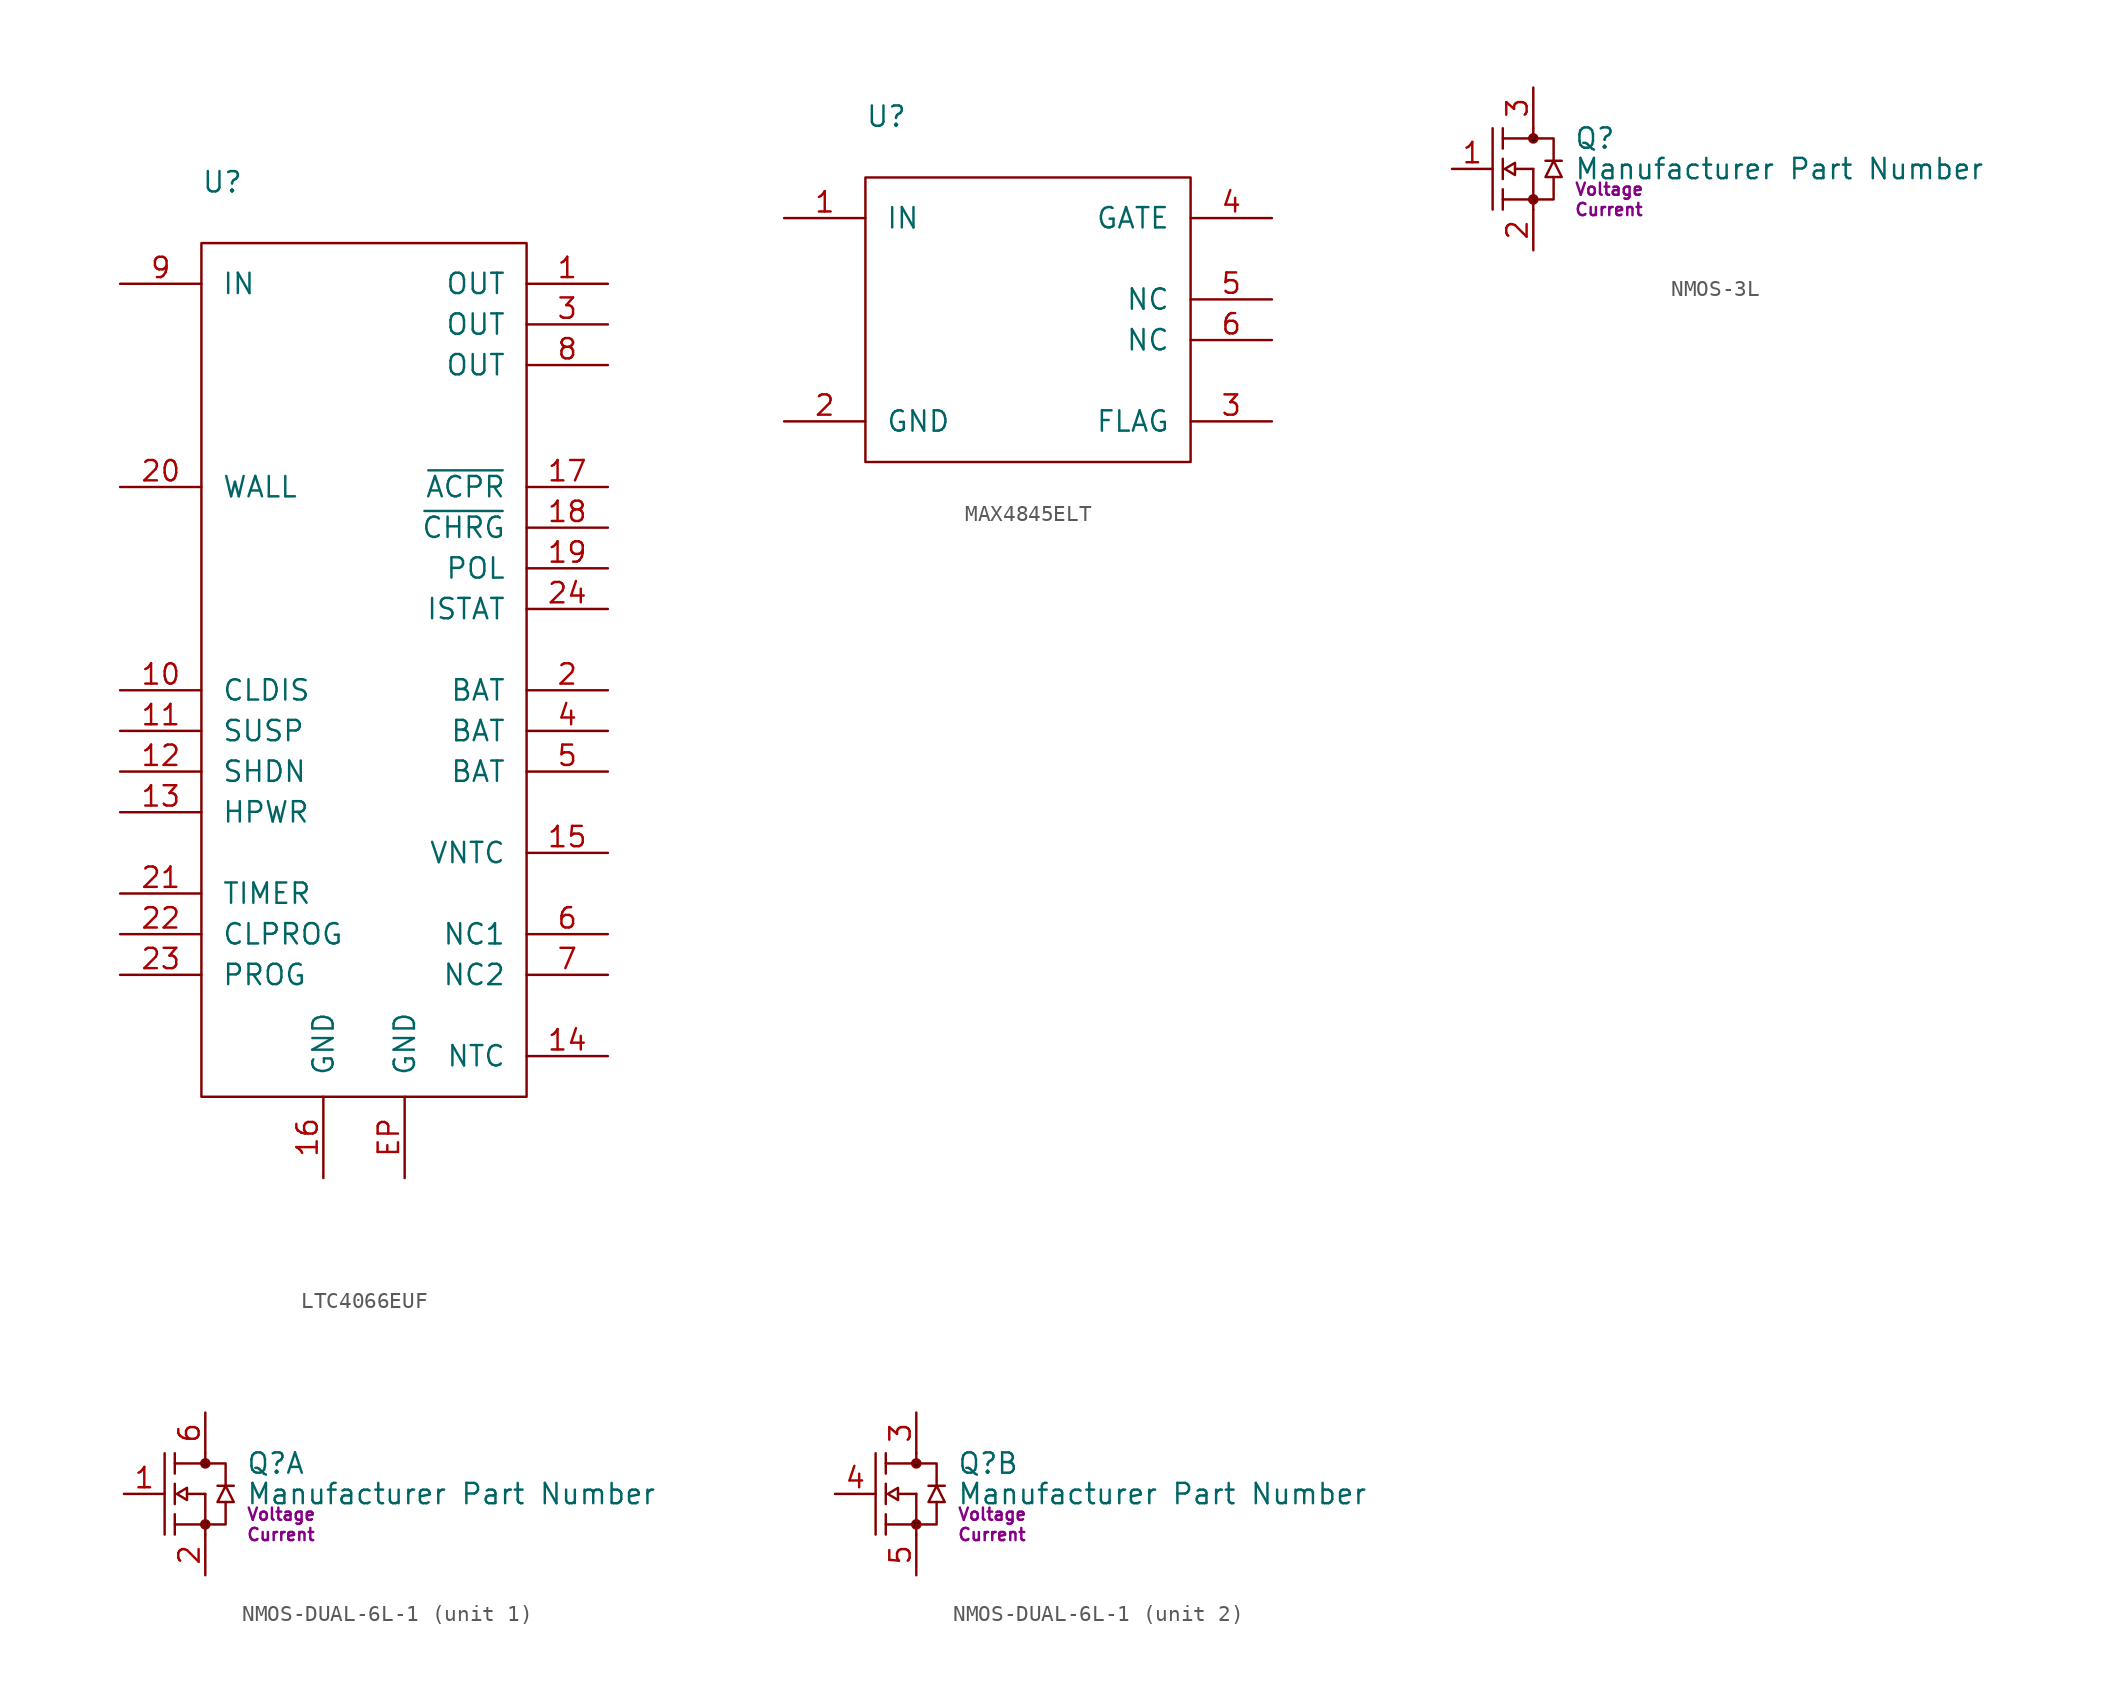
<source format=kicad_sym>
(kicad_symbol_lib
  (version 20231120)
  (generator "kicad_symbol_editor")
  (generator_version "8.0")
  (symbol "LTC4066EUF"
    (pin_names
      (offset 1.27))
    (property "Reference" "U"
      (at 0 3.81 0)
      (effects (font (size 1.27 1.27)) (justify left)))
    (property "Value" "${Manufacturer Part Number}"
      (at 0 1.27 0)
      (effects (font (size 1.27 1.27)) (justify left)))
    (property "Manufacturer Part Number" ""
      (at 45.72 -2.54 0)
      (effects (font (size 1.27 1.27)) (justify left) (hide yes)))
    (symbol "LTC4066EUF_1_1"
      (rectangle (start 0 0) (end 20.32 -53.34) (stroke (width 0) (type default)) (fill (type none)))
      (pin power_out line (at 25.4 -2.54 180) (length 5.08) (name "OUT" (effects (font (size 1.27 1.27)))) (number "1" (effects (font (size 1.27 1.27)))))
      (pin input line (at -5.08 -27.94 0) (length 5.08) (name "CLDIS" (effects (font (size 1.27 1.27)))) (number "10" (effects (font (size 1.27 1.27)))))
      (pin input line (at -5.08 -30.48 0) (length 5.08) (name "SUSP" (effects (font (size 1.27 1.27)))) (number "11" (effects (font (size 1.27 1.27)))))
      (pin input line (at -5.08 -33.02 0) (length 5.08) (name "SHDN" (effects (font (size 1.27 1.27)))) (number "12" (effects (font (size 1.27 1.27)))))
      (pin input line (at -5.08 -35.56 0) (length 5.08) (name "HPWR" (effects (font (size 1.27 1.27)))) (number "13" (effects (font (size 1.27 1.27)))))
      (pin input line (at 25.4 -50.8 180) (length 5.08) (name "NTC" (effects (font (size 1.27 1.27)))) (number "14" (effects (font (size 1.27 1.27)))))
      (pin power_out line (at 25.4 -38.1 180) (length 5.08) (name "VNTC" (effects (font (size 1.27 1.27)))) (number "15" (effects (font (size 1.27 1.27)))))
      (pin power_in line (at 7.62 -58.42 90) (length 5.08) (name "GND" (effects (font (size 1.27 1.27)))) (number "16" (effects (font (size 1.27 1.27)))))
      (pin open_collector line (at 25.4 -15.24 180) (length 5.08) (name "~{ACPR}" (effects (font (size 1.27 1.27)))) (number "17" (effects (font (size 1.27 1.27)))))
      (pin open_collector line (at 25.4 -17.78 180) (length 5.08) (name "~{CHRG}" (effects (font (size 1.27 1.27)))) (number "18" (effects (font (size 1.27 1.27)))))
      (pin open_collector line (at 25.4 -20.32 180) (length 5.08) (name "POL" (effects (font (size 1.27 1.27)))) (number "19" (effects (font (size 1.27 1.27)))))
      (pin bidirectional line (at 25.4 -27.94 180) (length 5.08) (name "BAT" (effects (font (size 1.27 1.27)))) (number "2" (effects (font (size 1.27 1.27)))))
      (pin input line (at -5.08 -15.24 0) (length 5.08) (name "WALL" (effects (font (size 1.27 1.27)))) (number "20" (effects (font (size 1.27 1.27)))))
      (pin passive line (at -5.08 -40.64 0) (length 5.08) (name "TIMER" (effects (font (size 1.27 1.27)))) (number "21" (effects (font (size 1.27 1.27)))))
      (pin passive line (at -5.08 -43.18 0) (length 5.08) (name "CLPROG" (effects (font (size 1.27 1.27)))) (number "22" (effects (font (size 1.27 1.27)))))
      (pin passive line (at -5.08 -45.72 0) (length 5.08) (name "PROG" (effects (font (size 1.27 1.27)))) (number "23" (effects (font (size 1.27 1.27)))))
      (pin output line (at 25.4 -22.86 180) (length 5.08) (name "ISTAT" (effects (font (size 1.27 1.27)))) (number "24" (effects (font (size 1.27 1.27)))))
      (pin power_out line (at 25.4 -5.08 180) (length 5.08) (name "OUT" (effects (font (size 1.27 1.27)))) (number "3" (effects (font (size 1.27 1.27)))))
      (pin bidirectional line (at 25.4 -30.48 180) (length 5.08) (name "BAT" (effects (font (size 1.27 1.27)))) (number "4" (effects (font (size 1.27 1.27)))))
      (pin bidirectional line (at 25.4 -33.02 180) (length 5.08) (name "BAT" (effects (font (size 1.27 1.27)))) (number "5" (effects (font (size 1.27 1.27)))))
      (pin passive line (at 25.4 -43.18 180) (length 5.08) (name "NC1" (effects (font (size 1.27 1.27)))) (number "6" (effects (font (size 1.27 1.27)))))
      (pin passive line (at 25.4 -45.72 180) (length 5.08) (name "NC2" (effects (font (size 1.27 1.27)))) (number "7" (effects (font (size 1.27 1.27)))))
      (pin power_out line (at 25.4 -7.62 180) (length 5.08) (name "OUT" (effects (font (size 1.27 1.27)))) (number "8" (effects (font (size 1.27 1.27)))))
      (pin power_in line (at -5.08 -2.54 0) (length 5.08) (name "IN" (effects (font (size 1.27 1.27)))) (number "9" (effects (font (size 1.27 1.27)))))
      (pin power_in line (at 12.7 -58.42 90) (length 5.08) (name "GND" (effects (font (size 1.27 1.27)))) (number "EP" (effects (font (size 1.27 1.27)))))))
  (symbol "MAX4845ELT"
    (pin_names
      (offset 1.27))
    (property "Reference" "U"
      (at 0 3.81 0)
      (effects (font (size 1.27 1.27)) (justify left)))
    (property "Value" "${Manufacturer Part Number}"
      (at 0 1.27 0)
      (effects (font (size 1.27 1.27)) (justify left)))
    (property "Manufacturer Part Number" ""
      (at 45.72 -2.54 0)
      (effects (font (size 1.27 1.27)) (justify left) (hide yes)))
    (symbol "MAX4845ELT_1_1"
      (rectangle (start 0 0) (end 20.32 -17.78) (stroke (width 0) (type default)) (fill (type none)))
      (pin power_in line (at -5.08 -2.54 0) (length 5.08) (name "IN" (effects (font (size 1.27 1.27)))) (number "1" (effects (font (size 1.27 1.27)))))
      (pin power_in line (at -5.08 -15.24 0) (length 5.08) (name "GND" (effects (font (size 1.27 1.27)))) (number "2" (effects (font (size 1.27 1.27)))))
      (pin open_collector line (at 25.4 -15.24 180) (length 5.08) (name "FLAG" (effects (font (size 1.27 1.27)))) (number "3" (effects (font (size 1.27 1.27)))))
      (pin passive line (at 25.4 -2.54 180) (length 5.08) (name "GATE" (effects (font (size 1.27 1.27)))) (number "4" (effects (font (size 1.27 1.27)))))
      (pin passive line (at 25.4 -7.62 180) (length 5.08) (name "NC" (effects (font (size 1.27 1.27)))) (number "5" (effects (font (size 1.27 1.27)))))
      (pin passive line (at 25.4 -10.16 180) (length 5.08) (name "NC" (effects (font (size 1.27 1.27)))) (number "6" (effects (font (size 1.27 1.27)))))))
  (symbol "NMOS-3L"
    (pin_names
      (offset 0) hide)
    (property "Reference" "Q"
      (at 2.54 -3.175 0)
      (effects (font (size 1.27 1.27)) (justify left)))
    (property "Value" "Manufacturer Part Number"
      (at 2.54 -5.08 0)
      (effects (font (size 1.27 1.27)) (justify left)))
    (property "Voltage" "Voltage"
      (at 2.54 -6.35 0)
      (effects (font (size 0.762 0.762)) (justify left)))
    (property "Current" "Current"
      (at 2.54 -7.62 0)
      (effects (font (size 0.762 0.762)) (justify left)))
    (symbol "NMOS-3L_0_1"
      (polyline (pts (xy -2.54 -2.54) (xy -2.54 -7.62)) (stroke (width 0) (type default)) (fill (type none)))
      (polyline (pts (xy -1.905 -6.35) (xy -1.905 -7.62)) (stroke (width 0) (type default)) (fill (type none)))
      (polyline (pts (xy -1.905 -4.445) (xy -1.905 -5.715)) (stroke (width 0) (type default)) (fill (type none)))
      (polyline (pts (xy -1.905 -2.54) (xy -1.905 -3.81)) (stroke (width 0) (type default)) (fill (type none)))
      (polyline (pts (xy -1.143 -5.08) (xy 0 -5.08)) (stroke (width 0) (type default)) (fill (type none)))
      (polyline (pts (xy 0 -5.08) (xy 0 -6.985)) (stroke (width 0) (type default)) (fill (type none)))
      (polyline (pts (xy 0.762 -4.572) (xy 1.778 -4.572)) (stroke (width 0) (type default)) (fill (type none)))
      (polyline (pts (xy -1.905 -6.985) (xy 0 -6.985) (xy 0 -7.62)) (stroke (width 0) (type default)) (fill (type none)))
      (polyline (pts (xy -1.905 -3.175) (xy 0 -3.175) (xy 0 -2.54)) (stroke (width 0) (type default)) (fill (type none)))
      (polyline (pts (xy 0 -6.985) (xy 1.27 -6.985) (xy 1.27 -5.588)) (stroke (width 0) (type default)) (fill (type none)))
      (polyline (pts (xy 0 -3.175) (xy 1.27 -3.175) (xy 1.27 -4.572)) (stroke (width 0) (type default)) (fill (type none)))
      (polyline (pts (xy -1.143 -4.699) (xy -1.143 -5.461) (xy -1.778 -5.08) (xy -1.143 -4.699)) (stroke (width 0) (type default)) (fill (type none)))
      (polyline (pts (xy 1.27 -4.572) (xy 1.778 -5.588) (xy 0.762 -5.588) (xy 1.27 -4.572)) (stroke (width 0) (type default)) (fill (type none))))
    (symbol "NMOS-3L_1_1"
      (circle (center 0 -6.985) (radius 0.254) (stroke (width 0) (type default)) (fill (type color) (color 0 0 0 1)))
      (circle (center 0 -3.175) (radius 0.254) (stroke (width 0) (type default)) (fill (type color) (color 0 0 0 1)))
      (pin passive line (at -5.08 -5.08 0) (length 2.54) (name "G" (effects (font (size 1.27 1.27)))) (number "1" (effects (font (size 1.27 1.27)))))
      (pin passive line (at 0 -10.16 90) (length 2.54) (name "S" (effects (font (size 1.27 1.27)))) (number "2" (effects (font (size 1.27 1.27)))))
      (pin passive line (at 0 0 270) (length 2.54) (name "D" (effects (font (size 1.27 1.27)))) (number "3" (effects (font (size 1.27 1.27)))))))
  (symbol "NMOS-DUAL-6L-1"
    (pin_names
      (offset 0) hide)
    (property "Reference" "Q"
      (at 2.54 -3.175 0)
      (effects (font (size 1.27 1.27)) (justify left)))
    (property "Value" "Manufacturer Part Number"
      (at 2.54 -5.08 0)
      (effects (font (size 1.27 1.27)) (justify left)))
    (property "Voltage" "Voltage"
      (at 2.54 -6.35 0)
      (effects (font (size 0.762 0.762)) (justify left)))
    (property "Current" "Current"
      (at 2.54 -7.62 0)
      (effects (font (size 0.762 0.762)) (justify left)))
    (property "ki_locked" ""
      (at 0 0 0)
      (effects (font (size 1.27 1.27))))
    (symbol "NMOS-DUAL-6L-1_0_1"
      (polyline (pts (xy -2.54 -2.54) (xy -2.54 -7.62)) (stroke (width 0) (type default)) (fill (type none)))
      (polyline (pts (xy -1.905 -6.35) (xy -1.905 -7.62)) (stroke (width 0) (type default)) (fill (type none)))
      (polyline (pts (xy -1.905 -4.445) (xy -1.905 -5.715)) (stroke (width 0) (type default)) (fill (type none)))
      (polyline (pts (xy -1.905 -2.54) (xy -1.905 -3.81)) (stroke (width 0) (type default)) (fill (type none)))
      (polyline (pts (xy -1.143 -5.08) (xy 0 -5.08)) (stroke (width 0) (type default)) (fill (type none)))
      (polyline (pts (xy 0 -5.08) (xy 0 -6.985)) (stroke (width 0) (type default)) (fill (type none)))
      (polyline (pts (xy 0.762 -4.572) (xy 1.778 -4.572)) (stroke (width 0) (type default)) (fill (type none)))
      (polyline (pts (xy -1.905 -6.985) (xy 0 -6.985) (xy 0 -7.62)) (stroke (width 0) (type default)) (fill (type none)))
      (polyline (pts (xy -1.905 -3.175) (xy 0 -3.175) (xy 0 -2.54)) (stroke (width 0) (type default)) (fill (type none)))
      (polyline (pts (xy 0 -6.985) (xy 1.27 -6.985) (xy 1.27 -5.588)) (stroke (width 0) (type default)) (fill (type none)))
      (polyline (pts (xy 0 -3.175) (xy 1.27 -3.175) (xy 1.27 -4.572)) (stroke (width 0) (type default)) (fill (type none)))
      (polyline (pts (xy -1.143 -4.699) (xy -1.143 -5.461) (xy -1.778 -5.08) (xy -1.143 -4.699)) (stroke (width 0) (type default)) (fill (type none)))
      (polyline (pts (xy 1.27 -4.572) (xy 1.778 -5.588) (xy 0.762 -5.588) (xy 1.27 -4.572)) (stroke (width 0) (type default)) (fill (type none))))
    (symbol "NMOS-DUAL-6L-1_1_1"
      (circle (center 0 -6.985) (radius 0.254) (stroke (width 0) (type default)) (fill (type color) (color 0 0 0 1)))
      (circle (center 0 -3.175) (radius 0.254) (stroke (width 0) (type default)) (fill (type color) (color 0 0 0 1)))
      (pin passive line (at -5.08 -5.08 0) (length 2.54) (name "G1" (effects (font (size 1.27 1.27)))) (number "1" (effects (font (size 1.27 1.27)))))
      (pin passive line (at 0 -10.16 90) (length 2.54) (name "S1" (effects (font (size 1.27 1.27)))) (number "2" (effects (font (size 1.27 1.27)))))
      (pin passive line (at 0 0 270) (length 2.54) (name "D1" (effects (font (size 1.27 1.27)))) (number "6" (effects (font (size 1.27 1.27))))))
    (symbol "NMOS-DUAL-6L-1_2_1"
      (circle (center 0 -6.985) (radius 0.254) (stroke (width 0) (type default)) (fill (type color) (color 0 0 0 1)))
      (circle (center 0 -3.175) (radius 0.254) (stroke (width 0) (type default)) (fill (type color) (color 0 0 0 1)))
      (pin passive line (at 0 0 270) (length 2.54) (name "D2" (effects (font (size 1.27 1.27)))) (number "3" (effects (font (size 1.27 1.27)))))
      (pin passive line (at -5.08 -5.08 0) (length 2.54) (name "G2" (effects (font (size 1.27 1.27)))) (number "4" (effects (font (size 1.27 1.27)))))
      (pin passive line (at 0 -10.16 90) (length 2.54) (name "S2" (effects (font (size 1.27 1.27)))) (number "5" (effects (font (size 1.27 1.27))))))))
</source>
